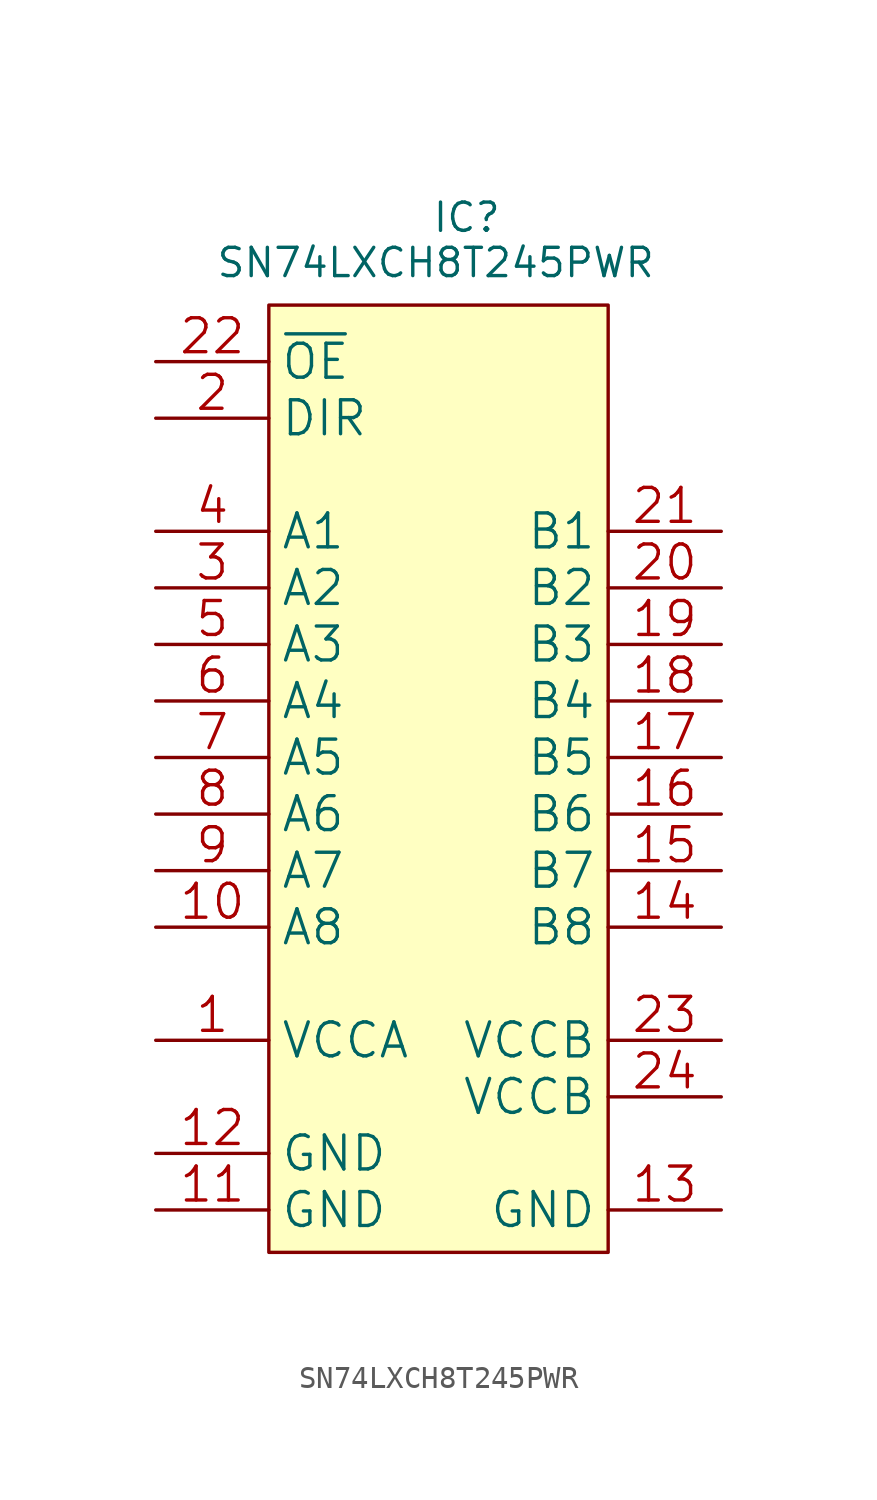
<source format=kicad_sym>
(kicad_symbol_lib
  (version 20231120)
  (generator "kicad_symbol_editor")
  (generator_version "8.0")
  (symbol "SN74LXCH8T245PWR"
    (property "Reference" "IC"
      (at 8.89 3.937 0)
      (effects (font (size 1.27 1.27))))
    (property "Value" "SN74LXCH8T245PWR"
      (at 7.493 1.905 0)
      (effects (font (size 1.27 1.27))))
    (symbol "SN74LXCH8T245PWR_0_1"
      (rectangle (start 0 0) (end 15.24 -42.545) (stroke (width 0) (type solid)) (fill (type background)))
      (pin bidirectional line (at -5.08 -27.94 0) (length 5.08) (name "A8" (effects (font (size 1.524 1.524)))) (number "10" (effects (font (size 1.524 1.524)))))
      (pin power_in line (at -5.08 -40.64 0) (length 5.08) (name "GND" (effects (font (size 1.524 1.524)))) (number "11" (effects (font (size 1.524 1.524)))))
      (pin power_in line (at -5.08 -38.1 0) (length 5.08) (name "GND" (effects (font (size 1.524 1.524)))) (number "12" (effects (font (size 1.524 1.524)))))
      (pin power_in line (at 20.32 -40.64 180) (length 5.08) (name "GND" (effects (font (size 1.524 1.524)))) (number "13" (effects (font (size 1.524 1.524)))))
      (pin bidirectional line (at 20.32 -27.94 180) (length 5.08) (name "B8" (effects (font (size 1.524 1.524)))) (number "14" (effects (font (size 1.524 1.524)))))
      (pin bidirectional line (at 20.32 -25.4 180) (length 5.08) (name "B7" (effects (font (size 1.524 1.524)))) (number "15" (effects (font (size 1.524 1.524)))))
      (pin bidirectional line (at 20.32 -22.86 180) (length 5.08) (name "B6" (effects (font (size 1.524 1.524)))) (number "16" (effects (font (size 1.524 1.524)))))
      (pin bidirectional line (at 20.32 -20.32 180) (length 5.08) (name "B5" (effects (font (size 1.524 1.524)))) (number "17" (effects (font (size 1.524 1.524)))))
      (pin bidirectional line (at 20.32 -17.78 180) (length 5.08) (name "B4" (effects (font (size 1.524 1.524)))) (number "18" (effects (font (size 1.524 1.524)))))
      (pin bidirectional line (at 20.32 -15.24 180) (length 5.08) (name "B3" (effects (font (size 1.524 1.524)))) (number "19" (effects (font (size 1.524 1.524)))))
      (pin bidirectional line (at 20.32 -12.7 180) (length 5.08) (name "B2" (effects (font (size 1.524 1.524)))) (number "20" (effects (font (size 1.524 1.524)))))
      (pin bidirectional line (at 20.32 -10.16 180) (length 5.08) (name "B1" (effects (font (size 1.524 1.524)))) (number "21" (effects (font (size 1.524 1.524)))))
      (pin input line (at -5.08 -2.54 0) (length 5.08) (name "~{OE}" (effects (font (size 1.524 1.524)))) (number "22" (effects (font (size 1.524 1.524)))))
      (pin bidirectional line (at -5.08 -12.7 0) (length 5.08) (name "A2" (effects (font (size 1.524 1.524)))) (number "3" (effects (font (size 1.524 1.524)))))
      (pin bidirectional line (at -5.08 -15.24 0) (length 5.08) (name "A3" (effects (font (size 1.524 1.524)))) (number "5" (effects (font (size 1.524 1.524)))))
      (pin bidirectional line (at -5.08 -17.78 0) (length 5.08) (name "A4" (effects (font (size 1.524 1.524)))) (number "6" (effects (font (size 1.524 1.524)))))
      (pin bidirectional line (at -5.08 -20.32 0) (length 5.08) (name "A5" (effects (font (size 1.524 1.524)))) (number "7" (effects (font (size 1.524 1.524)))))
      (pin bidirectional line (at -5.08 -22.86 0) (length 5.08) (name "A6" (effects (font (size 1.524 1.524)))) (number "8" (effects (font (size 1.524 1.524)))))
      (pin bidirectional line (at -5.08 -25.4 0) (length 5.08) (name "A7" (effects (font (size 1.524 1.524)))) (number "9" (effects (font (size 1.524 1.524))))))
    (symbol "SN74LXCH8T245PWR_1_1"
      (pin power_in line (at -5.08 -33.02 0) (length 5.08) (name "VCCA" (effects (font (size 1.524 1.524)))) (number "1" (effects (font (size 1.524 1.524)))))
      (pin input line (at -5.08 -5.08 0) (length 5.08) (name "DIR" (effects (font (size 1.524 1.524)))) (number "2" (effects (font (size 1.524 1.524)))))
      (pin power_in line (at 20.32 -33.02 180) (length 5.08) (name "VCCB" (effects (font (size 1.524 1.524)))) (number "23" (effects (font (size 1.524 1.524)))))
      (pin power_in line (at 20.32 -35.56 180) (length 5.08) (name "VCCB" (effects (font (size 1.524 1.524)))) (number "24" (effects (font (size 1.524 1.524)))))
      (pin bidirectional line (at -5.08 -10.16 0) (length 5.08) (name "A1" (effects (font (size 1.524 1.524)))) (number "4" (effects (font (size 1.524 1.524))))))))
</source>
